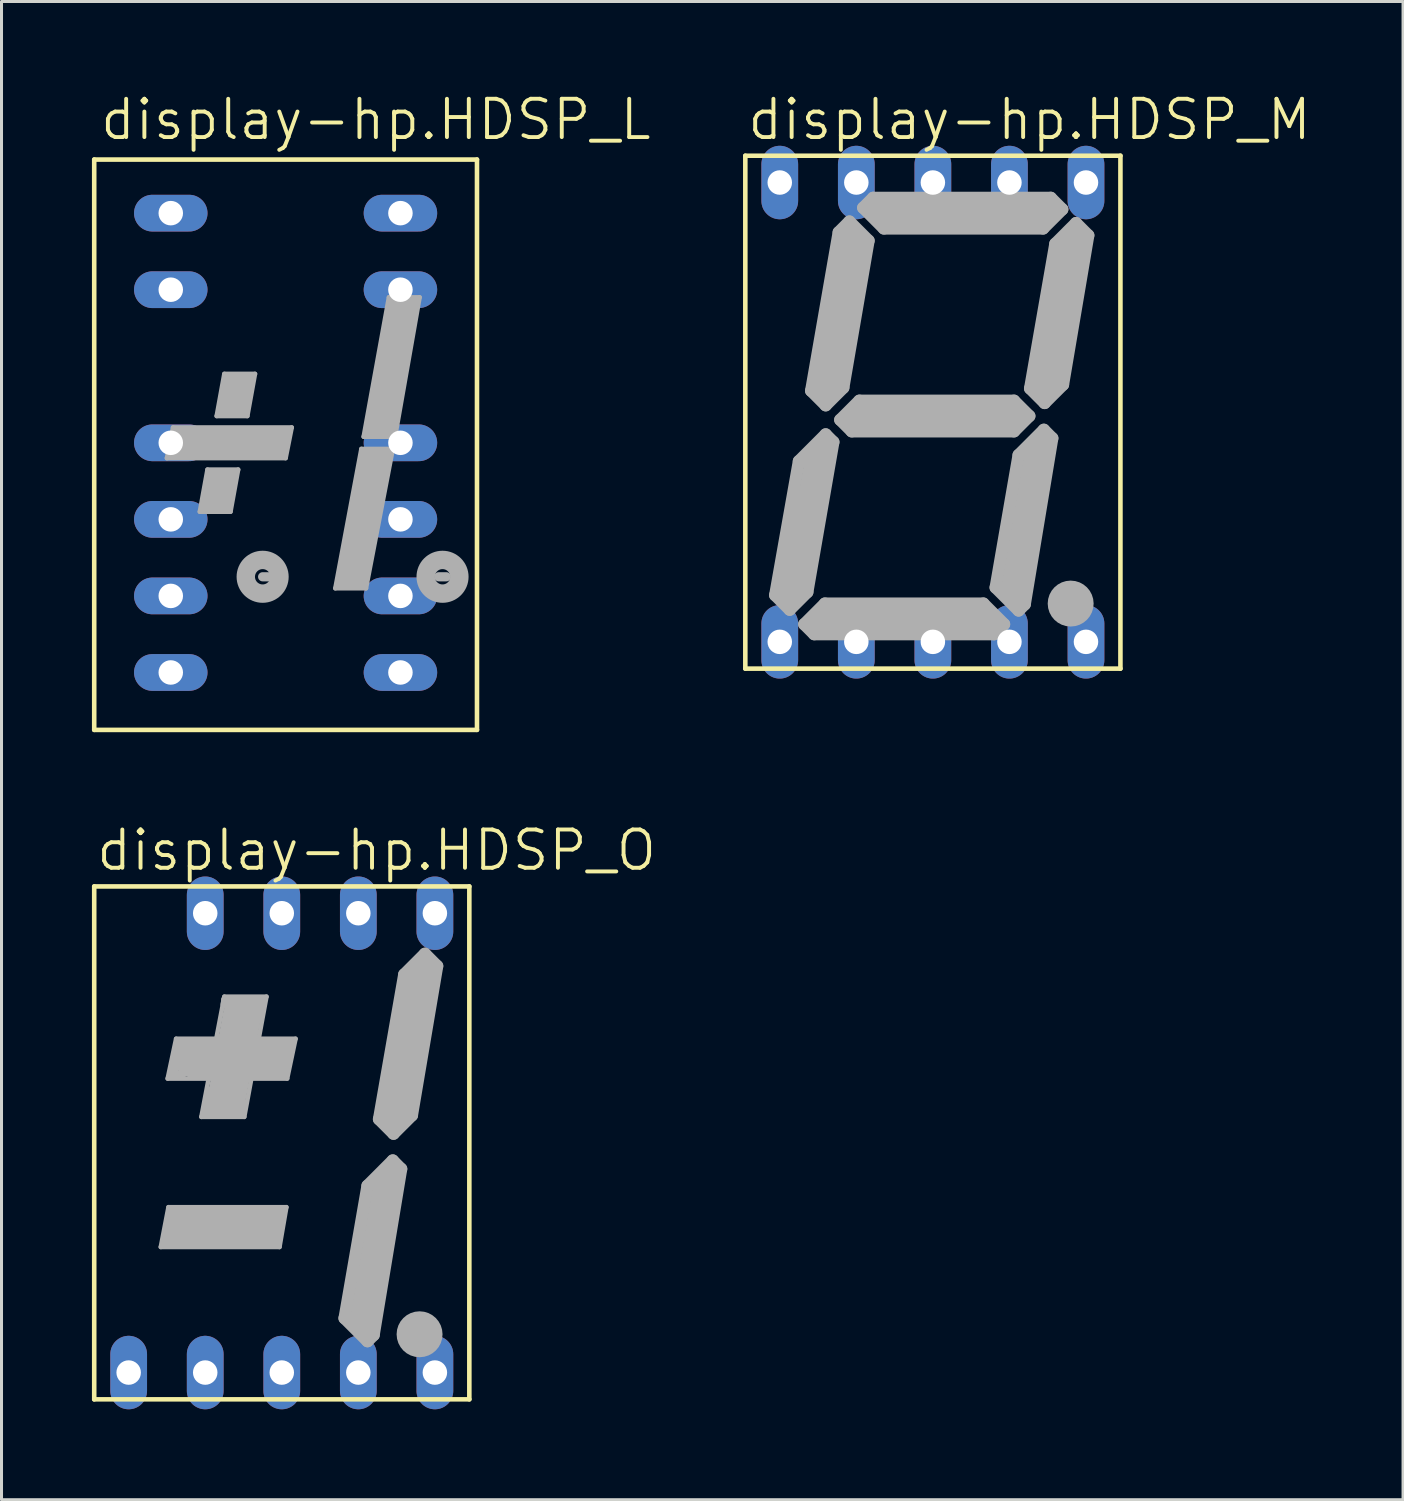
<source format=kicad_pcb>
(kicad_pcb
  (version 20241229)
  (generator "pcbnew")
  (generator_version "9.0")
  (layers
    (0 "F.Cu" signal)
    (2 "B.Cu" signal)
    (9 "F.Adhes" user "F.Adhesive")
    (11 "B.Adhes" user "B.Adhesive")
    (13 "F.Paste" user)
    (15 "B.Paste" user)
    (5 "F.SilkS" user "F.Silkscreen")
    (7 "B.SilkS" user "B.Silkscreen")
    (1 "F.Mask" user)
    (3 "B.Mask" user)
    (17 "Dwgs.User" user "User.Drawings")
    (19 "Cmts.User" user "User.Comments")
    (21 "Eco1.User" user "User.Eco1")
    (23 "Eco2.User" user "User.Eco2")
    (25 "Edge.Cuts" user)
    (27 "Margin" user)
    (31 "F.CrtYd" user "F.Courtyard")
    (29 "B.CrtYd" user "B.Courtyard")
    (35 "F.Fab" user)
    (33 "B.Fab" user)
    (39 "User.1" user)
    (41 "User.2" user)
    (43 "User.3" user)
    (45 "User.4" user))
  (footprint "display-hp.HDSP_M"
    (layer "F.Cu")
    (at 27.902 10.626)
    (property "Reference" "display-hp.HDSP_M" (at -6.223 -8.966 0) (layer "F.SilkS") (effects (font (size 1.27 1.27) (thickness 0.13)) (justify left bottom)))
    (attr through_hole)
    (fp_line (start -6.223 -8.509) (end -6.223 8.509) (stroke (width 0.152) (type default)) (layer "F.SilkS"))
    (fp_line (start -6.223 -8.509) (end 6.223 -8.509) (stroke (width 0.152) (type default)) (layer "F.SilkS"))
    (fp_line (start 6.223 8.509) (end -6.223 8.509) (stroke (width 0.152) (type default)) (layer "F.SilkS"))
    (fp_line (start 6.223 8.509) (end 6.223 -8.509) (stroke (width 0.152) (type default)) (layer "F.SilkS"))
    (fp_line (start -5.232 6.071) (end -4.75 6.553) (stroke (width 0.406) (type default)) (layer "F.Fab"))
    (fp_line (start -4.75 6.553) (end -4.166 5.969) (stroke (width 0.406) (type default)) (layer "F.Fab"))
    (fp_line (start -4.648 5.944) (end -3.785 1.295) (stroke (width 0.813) (type default)) (layer "F.Fab"))
    (fp_line (start -4.445 1.626) (end -5.232 6.071) (stroke (width 0.406) (type default)) (layer "F.Fab"))
    (fp_line (start -4.267 7.036) (end -3.581 6.35) (stroke (width 0.406) (type default)) (layer "F.Fab"))
    (fp_line (start -4.166 5.969) (end -3.302 0.991) (stroke (width 0.406) (type default)) (layer "F.Fab"))
    (fp_line (start -4.039 -0.711) (end -3.124 -5.969) (stroke (width 0.406) (type default)) (layer "F.Fab"))
    (fp_line (start -3.937 7.366) (end -4.267 7.036) (stroke (width 0.406) (type default)) (layer "F.Fab"))
    (fp_line (start -3.581 6.35) (end 1.676 6.35) (stroke (width 0.406) (type default)) (layer "F.Fab"))
    (fp_line (start -3.556 -0.229) (end -4.039 -0.711) (stroke (width 0.406) (type default)) (layer "F.Fab"))
    (fp_line (start -3.556 0.737) (end -4.445 1.626) (stroke (width 0.406) (type default)) (layer "F.Fab"))
    (fp_line (start -3.556 0.737) (end -3.302 0.991) (stroke (width 0.406) (type default)) (layer "F.Fab"))
    (fp_line (start -3.531 -0.838) (end -2.667 -5.715) (stroke (width 0.813) (type default)) (layer "F.Fab"))
    (fp_line (start -3.124 -5.969) (end -2.769 -6.325) (stroke (width 0.406) (type default)) (layer "F.Fab"))
    (fp_line (start -3.073 0.254) (end -2.438 -0.381) (stroke (width 0.406) (type default)) (layer "F.Fab"))
    (fp_line (start -2.972 -0.813) (end -3.556 -0.229) (stroke (width 0.406) (type default)) (layer "F.Fab"))
    (fp_line (start -2.769 -6.325) (end -2.134 -5.69) (stroke (width 0.406) (type default)) (layer "F.Fab"))
    (fp_line (start -2.692 0.635) (end -3.073 0.254) (stroke (width 0.406) (type default)) (layer "F.Fab"))
    (fp_line (start -2.438 -0.381) (end 2.692 -0.381) (stroke (width 0.406) (type default)) (layer "F.Fab"))
    (fp_line (start -2.311 -6.782) (end -1.981 -7.112) (stroke (width 0.406) (type default)) (layer "F.Fab"))
    (fp_line (start -2.134 -5.69) (end -2.972 -0.813) (stroke (width 0.406) (type default)) (layer "F.Fab"))
    (fp_line (start -1.981 -7.112) (end 3.912 -7.112) (stroke (width 0.406) (type default)) (layer "F.Fab"))
    (fp_line (start -1.753 -6.604) (end 3.81 -6.604) (stroke (width 0.813) (type default)) (layer "F.Fab"))
    (fp_line (start -1.626 -6.096) (end -2.311 -6.782) (stroke (width 0.406) (type default)) (layer "F.Fab"))
    (fp_line (start 1.676 6.35) (end 2.362 7.036) (stroke (width 0.406) (type default)) (layer "F.Fab"))
    (fp_line (start 1.778 6.858) (end -3.683 6.858) (stroke (width 0.813) (type default)) (layer "F.Fab"))
    (fp_line (start 2.032 7.366) (end -3.937 7.366) (stroke (width 0.406) (type default)) (layer "F.Fab"))
    (fp_line (start 2.083 5.817) (end 2.845 6.579) (stroke (width 0.406) (type default)) (layer "F.Fab"))
    (fp_line (start 2.362 7.036) (end 2.032 7.366) (stroke (width 0.406) (type default)) (layer "F.Fab"))
    (fp_line (start 2.667 0.127) (end -2.515 0.127) (stroke (width 0.813) (type default)) (layer "F.Fab"))
    (fp_line (start 2.692 -0.381) (end 3.2 0.127) (stroke (width 0.406) (type default)) (layer "F.Fab"))
    (fp_line (start 2.692 0.635) (end -2.692 0.635) (stroke (width 0.406) (type default)) (layer "F.Fab"))
    (fp_line (start 2.845 1.422) (end 2.083 5.817) (stroke (width 0.406) (type default)) (layer "F.Fab"))
    (fp_line (start 2.845 6.579) (end 3.048 6.375) (stroke (width 0.406) (type default)) (layer "F.Fab"))
    (fp_line (start 3.048 6.375) (end 3.962 0.864) (stroke (width 0.406) (type default)) (layer "F.Fab"))
    (fp_line (start 3.2 0.127) (end 2.692 0.635) (stroke (width 0.406) (type default)) (layer "F.Fab"))
    (fp_line (start 3.226 -0.787) (end 3.708 -0.305) (stroke (width 0.406) (type default)) (layer "F.Fab"))
    (fp_line (start 3.48 1.168) (end 2.642 5.994) (stroke (width 0.813) (type default)) (layer "F.Fab"))
    (fp_line (start 3.658 -6.096) (end -1.626 -6.096) (stroke (width 0.406) (type default)) (layer "F.Fab"))
    (fp_line (start 3.683 0.584) (end 2.845 1.422) (stroke (width 0.406) (type default)) (layer "F.Fab"))
    (fp_line (start 3.708 -0.305) (end 4.318 -0.914) (stroke (width 0.406) (type default)) (layer "F.Fab"))
    (fp_line (start 3.912 -7.112) (end 4.293 -6.731) (stroke (width 0.406) (type default)) (layer "F.Fab"))
    (fp_line (start 3.962 0.864) (end 3.683 0.584) (stroke (width 0.406) (type default)) (layer "F.Fab"))
    (fp_line (start 4.064 -5.588) (end 3.226 -0.787) (stroke (width 0.406) (type default)) (layer "F.Fab"))
    (fp_line (start 4.293 -6.731) (end 3.658 -6.096) (stroke (width 0.406) (type default)) (layer "F.Fab"))
    (fp_line (start 4.318 -0.914) (end 5.156 -5.867) (stroke (width 0.406) (type default)) (layer "F.Fab"))
    (fp_line (start 4.47 6.35) (end 4.648 6.35) (stroke (width 0.305) (type default)) (layer "F.Fab"))
    (fp_line (start 4.572 -5.766) (end 3.759 -0.914) (stroke (width 0.813) (type default)) (layer "F.Fab"))
    (fp_line (start 4.75 -6.274) (end 4.064 -5.588) (stroke (width 0.406) (type default)) (layer "F.Fab"))
    (fp_line (start 5.156 -5.867) (end 4.75 -6.274) (stroke (width 0.406) (type default)) (layer "F.Fab"))
    (fp_circle (center 4.572 6.35) (end 4.953 6.35) (stroke (width 0.762) (type default)) (fill no) (layer "F.Fab"))
    (pad "1" thru_hole oval (at -5.08 7.62 90) (size 2.438 1.219) (drill 0.813) (layers "*.Cu" "*.Mask"))
    (pad "2" thru_hole oval (at -2.54 7.62 90) (size 2.438 1.219) (drill 0.813) (layers "*.Cu" "*.Mask"))
    (pad "3" thru_hole oval (at 0 7.62 90) (size 2.438 1.219) (drill 0.813) (layers "*.Cu" "*.Mask"))
    (pad "4" thru_hole oval (at 2.54 7.62 90) (size 2.438 1.219) (drill 0.813) (layers "*.Cu" "*.Mask"))
    (pad "5" thru_hole oval (at 5.08 7.62 90) (size 2.438 1.219) (drill 0.813) (layers "*.Cu" "*.Mask"))
    (pad "6" thru_hole oval (at 5.08 -7.62 90) (size 2.438 1.219) (drill 0.813) (layers "*.Cu" "*.Mask"))
    (pad "7" thru_hole oval (at 2.54 -7.62 90) (size 2.438 1.219) (drill 0.813) (layers "*.Cu" "*.Mask"))
    (pad "8" thru_hole oval (at 0 -7.62 90) (size 2.438 1.219) (drill 0.813) (layers "*.Cu" "*.Mask"))
    (pad "9" thru_hole oval (at -2.54 -7.62 90) (size 2.438 1.219) (drill 0.813) (layers "*.Cu" "*.Mask"))
    (pad "10" thru_hole oval (at -5.08 -7.62 90) (size 2.438 1.219) (drill 0.813) (layers "*.Cu" "*.Mask")))
  (footprint "display-hp.HDSP_L"
    (layer "F.Cu")
    (at 6.426 11.642)
    (property "Reference" "display-hp.HDSP_L" (at -6.223 -9.982 0) (layer "F.SilkS") (effects (font (size 1.27 1.27) (thickness 0.13)) (justify left bottom)))
    (attr through_hole)
    (fp_line (start -6.35 -9.398) (end 6.35 -9.398) (stroke (width 0.152) (type default)) (layer "F.SilkS"))
    (fp_line (start -6.35 9.525) (end -6.35 -9.398) (stroke (width 0.152) (type default)) (layer "F.SilkS"))
    (fp_line (start 6.35 -9.398) (end 6.35 9.525) (stroke (width 0.152) (type default)) (layer "F.SilkS"))
    (fp_line (start 6.35 9.525) (end -6.35 9.525) (stroke (width 0.152) (type default)) (layer "F.SilkS"))
    (fp_line (start -3.81 0.406) (end -3.607 0.406) (stroke (width 0.254) (type default)) (layer "F.Fab"))
    (fp_line (start -3.734 -0.508) (end -3.937 0.508) (stroke (width 0.152) (type default)) (layer "F.Fab"))
    (fp_line (start -3.632 -0.381) (end -3.81 0.406) (stroke (width 0.254) (type default)) (layer "F.Fab"))
    (fp_line (start -2.845 2.286) (end -2.591 0.889) (stroke (width 0.152) (type default)) (layer "F.Fab"))
    (fp_line (start -2.718 2.159) (end -2.692 1.956) (stroke (width 0.254) (type default)) (layer "F.Fab"))
    (fp_line (start -2.591 0.889) (end -1.575 0.889) (stroke (width 0.152) (type default)) (layer "F.Fab"))
    (fp_line (start -2.515 1.016) (end -1.702 1.016) (stroke (width 0.254) (type default)) (layer "F.Fab"))
    (fp_line (start -2.286 -0.889) (end -2.032 -2.286) (stroke (width 0.152) (type default)) (layer "F.Fab"))
    (fp_line (start -2.286 -0.889) (end -1.27 -0.889) (stroke (width 0.152) (type default)) (layer "F.Fab"))
    (fp_line (start -2.235 1.778) (end -2.159 1.397) (stroke (width 1.016) (type default)) (layer "F.Fab"))
    (fp_line (start -2.159 -1.016) (end -2.134 -1.168) (stroke (width 0.254) (type default)) (layer "F.Fab"))
    (fp_line (start -2.032 -2.286) (end -1.016 -2.286) (stroke (width 0.152) (type default)) (layer "F.Fab"))
    (fp_line (start -1.956 -2.159) (end -1.143 -2.159) (stroke (width 0.254) (type default)) (layer "F.Fab"))
    (fp_line (start -1.93 2.159) (end -2.718 2.159) (stroke (width 0.254) (type default)) (layer "F.Fab"))
    (fp_line (start -1.905 1.981) (end -1.93 2.159) (stroke (width 0.254) (type default)) (layer "F.Fab"))
    (fp_line (start -1.829 2.286) (end -2.845 2.286) (stroke (width 0.152) (type default)) (layer "F.Fab"))
    (fp_line (start -1.829 2.286) (end -1.575 0.889) (stroke (width 0.152) (type default)) (layer "F.Fab"))
    (fp_line (start -1.702 1.016) (end -1.727 1.143) (stroke (width 0.254) (type default)) (layer "F.Fab"))
    (fp_line (start -1.676 -1.372) (end -1.6 -1.778) (stroke (width 1.016) (type default)) (layer "F.Fab"))
    (fp_line (start -1.372 -1.016) (end -2.159 -1.016) (stroke (width 0.254) (type default)) (layer "F.Fab"))
    (fp_line (start -1.27 -0.889) (end -1.016 -2.286) (stroke (width 0.152) (type default)) (layer "F.Fab"))
    (fp_line (start -1.143 -2.159) (end -1.194 -1.981) (stroke (width 0.254) (type default)) (layer "F.Fab"))
    (fp_line (start -0.762 4.445) (end -0.508 4.445) (stroke (width 0.305) (type default)) (layer "F.Fab"))
    (fp_line (start -0.432 0) (end -3.327 0) (stroke (width 1.016) (type default)) (layer "F.Fab"))
    (fp_line (start -0.356 -0.381) (end 0.076 -0.381) (stroke (width 0.254) (type default)) (layer "F.Fab"))
    (fp_line (start 0 0.508) (end -3.937 0.508) (stroke (width 0.152) (type default)) (layer "F.Fab"))
    (fp_line (start 0.076 -0.381) (end -0.102 0.406) (stroke (width 0.254) (type default)) (layer "F.Fab"))
    (fp_line (start 0.203 -0.508) (end -3.734 -0.508) (stroke (width 0.152) (type default)) (layer "F.Fab"))
    (fp_line (start 0.203 -0.508) (end 0 0.508) (stroke (width 0.152) (type default)) (layer "F.Fab"))
    (fp_line (start 1.651 4.826) (end 2.515 0.203) (stroke (width 0.152) (type default)) (layer "F.Fab"))
    (fp_line (start 1.753 4.699) (end 1.803 4.547) (stroke (width 0.254) (type default)) (layer "F.Fab"))
    (fp_line (start 2.515 0.203) (end 3.556 0.203) (stroke (width 0.152) (type default)) (layer "F.Fab"))
    (fp_line (start 2.591 -0.203) (end 3.429 -4.826) (stroke (width 0.152) (type default)) (layer "F.Fab"))
    (fp_line (start 2.591 -0.203) (end 3.632 -0.203) (stroke (width 0.152) (type default)) (layer "F.Fab"))
    (fp_line (start 2.591 4.699) (end 1.753 4.699) (stroke (width 0.254) (type default)) (layer "F.Fab"))
    (fp_line (start 2.616 0.33) (end 3.429 0.33) (stroke (width 0.254) (type default)) (layer "F.Fab"))
    (fp_line (start 2.667 4.826) (end 1.651 4.826) (stroke (width 0.152) (type default)) (layer "F.Fab"))
    (fp_line (start 2.718 -0.33) (end 2.794 -0.635) (stroke (width 0.254) (type default)) (layer "F.Fab"))
    (fp_line (start 2.946 0.711) (end 2.235 4.343) (stroke (width 1.016) (type default)) (layer "F.Fab"))
    (fp_line (start 3.429 -4.826) (end 4.445 -4.826) (stroke (width 0.152) (type default)) (layer "F.Fab"))
    (fp_line (start 3.429 0.33) (end 3.353 0.584) (stroke (width 0.254) (type default)) (layer "F.Fab"))
    (fp_line (start 3.505 -4.674) (end 4.318 -4.674) (stroke (width 0.254) (type default)) (layer "F.Fab"))
    (fp_line (start 3.556 -0.33) (end 2.718 -0.33) (stroke (width 0.254) (type default)) (layer "F.Fab"))
    (fp_line (start 3.556 0.203) (end 2.667 4.826) (stroke (width 0.152) (type default)) (layer "F.Fab"))
    (fp_line (start 3.861 -4.293) (end 3.2 -0.686) (stroke (width 1.016) (type default)) (layer "F.Fab"))
    (fp_line (start 4.318 -4.674) (end 4.267 -4.496) (stroke (width 0.254) (type default)) (layer "F.Fab"))
    (fp_line (start 4.445 -4.826) (end 3.632 -0.203) (stroke (width 0.152) (type default)) (layer "F.Fab"))
    (fp_line (start 5.08 4.445) (end 5.334 4.445) (stroke (width 0.305) (type default)) (layer "F.Fab"))
    (fp_circle (center -0.762 4.445) (end -0.508 4.445) (stroke (width 0.61) (type default)) (fill no) (layer "F.Fab"))
    (fp_circle (center 5.207 4.445) (end 5.461 4.445) (stroke (width 0.61) (type default)) (fill no) (layer "F.Fab"))
    (pad "1" thru_hole oval (at -3.81 -7.62) (size 2.438 1.219) (drill 0.813) (layers "*.Cu" "*.Mask"))
    (pad "2" thru_hole oval (at -3.81 -5.08) (size 2.438 1.219) (drill 0.813) (layers "*.Cu" "*.Mask"))
    (pad "4" thru_hole oval (at -3.81 0) (size 2.438 1.219) (drill 0.813) (layers "*.Cu" "*.Mask"))
    (pad "5" thru_hole oval (at -3.81 2.54) (size 2.438 1.219) (drill 0.813) (layers "*.Cu" "*.Mask"))
    (pad "6" thru_hole oval (at -3.81 5.08) (size 2.438 1.219) (drill 0.813) (layers "*.Cu" "*.Mask"))
    (pad "7" thru_hole oval (at -3.81 7.62) (size 2.438 1.219) (drill 0.813) (layers "*.Cu" "*.Mask"))
    (pad "8" thru_hole oval (at 3.81 7.62) (size 2.438 1.219) (drill 0.813) (layers "*.Cu" "*.Mask"))
    (pad "9" thru_hole oval (at 3.81 5.08) (size 2.438 1.219) (drill 0.813) (layers "*.Cu" "*.Mask"))
    (pad "10" thru_hole oval (at 3.81 2.54) (size 2.438 1.219) (drill 0.813) (layers "*.Cu" "*.Mask"))
    (pad "11" thru_hole oval (at 3.81 0) (size 2.438 1.219) (drill 0.813) (layers "*.Cu" "*.Mask"))
    (pad "13" thru_hole oval (at 3.81 -5.08) (size 2.438 1.219) (drill 0.813) (layers "*.Cu" "*.Mask"))
    (pad "14" thru_hole oval (at 3.81 -7.62) (size 2.438 1.219) (drill 0.813) (layers "*.Cu" "*.Mask")))
  (footprint "display-hp.HDSP_O"
    (layer "F.Cu")
    (at 6.299 34.87)
    (property "Reference" "display-hp.HDSP_O" (at -6.223 -8.966 0) (layer "F.SilkS") (effects (font (size 1.27 1.27) (thickness 0.13)) (justify left bottom)))
    (attr through_hole)
    (fp_line (start -6.223 -8.509) (end -6.223 8.509) (stroke (width 0.152) (type default)) (layer "F.SilkS"))
    (fp_line (start -6.223 -8.509) (end 6.223 -8.509) (stroke (width 0.152) (type default)) (layer "F.SilkS"))
    (fp_line (start 6.223 8.509) (end -6.223 8.509) (stroke (width 0.152) (type default)) (layer "F.SilkS"))
    (fp_line (start 6.223 8.509) (end 6.223 -8.509) (stroke (width 0.152) (type default)) (layer "F.SilkS"))
    (fp_line (start -4.013 3.454) (end -0.076 3.454) (stroke (width 0.152) (type default)) (layer "F.Fab"))
    (fp_line (start -3.81 3.327) (end -3.581 3.327) (stroke (width 0.305) (type default)) (layer "F.Fab"))
    (fp_line (start -3.785 -2.134) (end 0.178 -2.134) (stroke (width 0.152) (type default)) (layer "F.Fab"))
    (fp_line (start -3.759 2.134) (end -4.013 3.454) (stroke (width 0.152) (type default)) (layer "F.Fab"))
    (fp_line (start -3.607 2.286) (end -3.81 3.327) (stroke (width 0.305) (type default)) (layer "F.Fab"))
    (fp_line (start -3.505 -3.454) (end -3.785 -2.134) (stroke (width 0.152) (type default)) (layer "F.Fab"))
    (fp_line (start -3.505 2.286) (end -3.607 2.286) (stroke (width 0.305) (type default)) (layer "F.Fab"))
    (fp_line (start -3.378 -3.277) (end -3.607 -2.261) (stroke (width 0.305) (type default)) (layer "F.Fab"))
    (fp_line (start -3.327 -2.261) (end -3.607 -2.261) (stroke (width 0.305) (type default)) (layer "F.Fab"))
    (fp_line (start -3.15 -3.277) (end -3.378 -3.277) (stroke (width 0.305) (type default)) (layer "F.Fab"))
    (fp_line (start -2.489 -0.991) (end -1.346 -0.991) (stroke (width 0.305) (type default)) (layer "F.Fab"))
    (fp_line (start -2.337 -1.727) (end -2.489 -0.991) (stroke (width 0.305) (type default)) (layer "F.Fab"))
    (fp_line (start -1.905 -4.851) (end -2.667 -0.864) (stroke (width 0.152) (type default)) (layer "F.Fab"))
    (fp_line (start -1.88 -4.597) (end -1.854 -4.75) (stroke (width 0.305) (type default)) (layer "F.Fab"))
    (fp_line (start -1.854 -4.75) (end -0.66 -4.75) (stroke (width 0.305) (type default)) (layer "F.Fab"))
    (fp_line (start -1.321 -4.216) (end -1.829 -1.499) (stroke (width 1.27) (type default)) (layer "F.Fab"))
    (fp_line (start -1.295 -1.295) (end -1.346 -0.991) (stroke (width 0.305) (type default)) (layer "F.Fab"))
    (fp_line (start -1.245 -0.864) (end -2.667 -0.864) (stroke (width 0.152) (type default)) (layer "F.Fab"))
    (fp_line (start -1.245 -0.864) (end -0.508 -4.851) (stroke (width 0.152) (type default)) (layer "F.Fab"))
    (fp_line (start -0.66 -4.75) (end -0.762 -4.242) (stroke (width 0.305) (type default)) (layer "F.Fab"))
    (fp_line (start -0.61 2.794) (end -3.226 2.794) (stroke (width 1.27) (type default)) (layer "F.Fab"))
    (fp_line (start -0.508 -4.851) (end -1.905 -4.851) (stroke (width 0.152) (type default)) (layer "F.Fab"))
    (fp_line (start -0.457 3.277) (end -0.178 3.277) (stroke (width 0.305) (type default)) (layer "F.Fab"))
    (fp_line (start -0.381 -2.794) (end -2.921 -2.794) (stroke (width 1.27) (type default)) (layer "F.Fab"))
    (fp_line (start -0.178 3.277) (end 0 2.311) (stroke (width 0.305) (type default)) (layer "F.Fab"))
    (fp_line (start -0.102 -3.277) (end 0.254 -3.277) (stroke (width 0.305) (type default)) (layer "F.Fab"))
    (fp_line (start 0 2.311) (end -0.406 2.311) (stroke (width 0.305) (type default)) (layer "F.Fab"))
    (fp_line (start 0.051 -2.286) (end -0.152 -2.286) (stroke (width 0.305) (type default)) (layer "F.Fab"))
    (fp_line (start 0.152 2.134) (end -3.759 2.134) (stroke (width 0.152) (type default)) (layer "F.Fab"))
    (fp_line (start 0.152 2.134) (end -0.076 3.454) (stroke (width 0.152) (type default)) (layer "F.Fab"))
    (fp_line (start 0.254 -3.277) (end 0.051 -2.286) (stroke (width 0.305) (type default)) (layer "F.Fab"))
    (fp_line (start 0.457 -3.454) (end -3.505 -3.454) (stroke (width 0.152) (type default)) (layer "F.Fab"))
    (fp_line (start 0.457 -3.454) (end 0.178 -2.134) (stroke (width 0.152) (type default)) (layer "F.Fab"))
    (fp_line (start 2.083 5.817) (end 2.845 6.579) (stroke (width 0.406) (type default)) (layer "F.Fab"))
    (fp_line (start 2.845 1.422) (end 2.083 5.817) (stroke (width 0.406) (type default)) (layer "F.Fab"))
    (fp_line (start 2.845 6.579) (end 3.048 6.375) (stroke (width 0.406) (type default)) (layer "F.Fab"))
    (fp_line (start 3.048 6.375) (end 3.962 0.864) (stroke (width 0.406) (type default)) (layer "F.Fab"))
    (fp_line (start 3.226 -0.787) (end 3.708 -0.305) (stroke (width 0.406) (type default)) (layer "F.Fab"))
    (fp_line (start 3.48 1.168) (end 2.642 5.994) (stroke (width 0.813) (type default)) (layer "F.Fab"))
    (fp_line (start 3.683 0.584) (end 2.845 1.422) (stroke (width 0.406) (type default)) (layer "F.Fab"))
    (fp_line (start 3.708 -0.305) (end 4.318 -0.914) (stroke (width 0.406) (type default)) (layer "F.Fab"))
    (fp_line (start 3.962 0.864) (end 3.683 0.584) (stroke (width 0.406) (type default)) (layer "F.Fab"))
    (fp_line (start 4.064 -5.588) (end 3.226 -0.787) (stroke (width 0.406) (type default)) (layer "F.Fab"))
    (fp_line (start 4.318 -0.914) (end 5.156 -5.867) (stroke (width 0.406) (type default)) (layer "F.Fab"))
    (fp_line (start 4.47 6.35) (end 4.648 6.35) (stroke (width 0.305) (type default)) (layer "F.Fab"))
    (fp_line (start 4.572 -5.766) (end 3.759 -0.914) (stroke (width 0.813) (type default)) (layer "F.Fab"))
    (fp_line (start 4.75 -6.274) (end 4.064 -5.588) (stroke (width 0.406) (type default)) (layer "F.Fab"))
    (fp_line (start 5.156 -5.867) (end 4.75 -6.274) (stroke (width 0.406) (type default)) (layer "F.Fab"))
    (fp_circle (center 4.572 6.35) (end 4.953 6.35) (stroke (width 0.762) (type default)) (fill no) (layer "F.Fab"))
    (pad "1" thru_hole oval (at -5.08 7.62 90) (size 2.438 1.219) (drill 0.813) (layers "*.Cu" "*.Mask"))
    (pad "2" thru_hole oval (at -2.54 7.62 90) (size 2.438 1.219) (drill 0.813) (layers "*.Cu" "*.Mask"))
    (pad "3" thru_hole oval (at 0 7.62 90) (size 2.438 1.219) (drill 0.813) (layers "*.Cu" "*.Mask"))
    (pad "4" thru_hole oval (at 2.54 7.62 90) (size 2.438 1.219) (drill 0.813) (layers "*.Cu" "*.Mask"))
    (pad "5" thru_hole oval (at 5.08 7.62 90) (size 2.438 1.219) (drill 0.813) (layers "*.Cu" "*.Mask"))
    (pad "6" thru_hole oval (at 5.08 -7.62 90) (size 2.438 1.219) (drill 0.813) (layers "*.Cu" "*.Mask"))
    (pad "7" thru_hole oval (at 2.54 -7.62 90) (size 2.438 1.219) (drill 0.813) (layers "*.Cu" "*.Mask"))
    (pad "8" thru_hole oval (at 0 -7.62 90) (size 2.438 1.219) (drill 0.813) (layers "*.Cu" "*.Mask"))
    (pad "9" thru_hole oval (at -2.54 -7.62 90) (size 2.438 1.219) (drill 0.813) (layers "*.Cu" "*.Mask")))
  (gr_rect
    (start -3 -3)
    (end 43.502 46.709)
    (stroke (width 0.1) (type default))
    (fill no)
    (layer "Edge.Cuts")))
</source>
